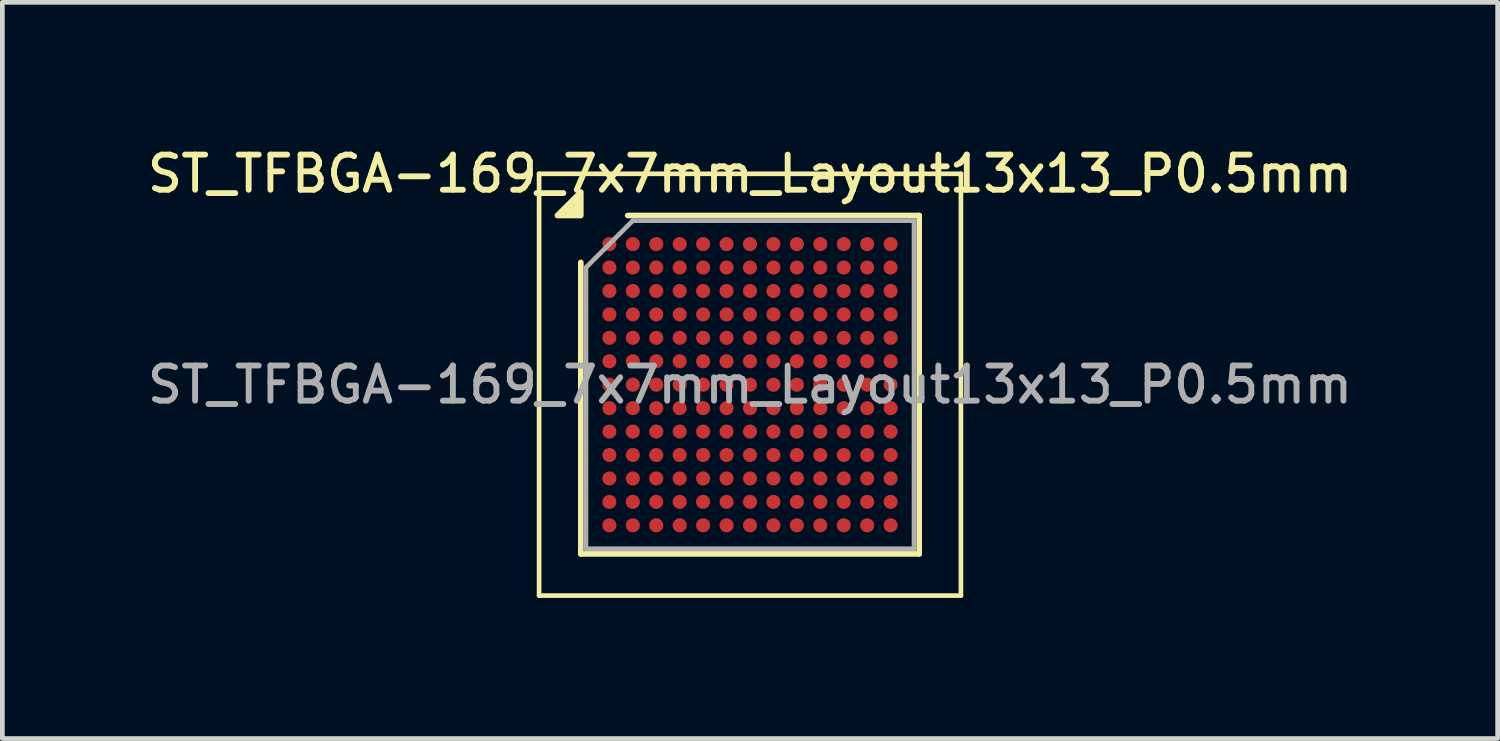
<source format=kicad_pcb>
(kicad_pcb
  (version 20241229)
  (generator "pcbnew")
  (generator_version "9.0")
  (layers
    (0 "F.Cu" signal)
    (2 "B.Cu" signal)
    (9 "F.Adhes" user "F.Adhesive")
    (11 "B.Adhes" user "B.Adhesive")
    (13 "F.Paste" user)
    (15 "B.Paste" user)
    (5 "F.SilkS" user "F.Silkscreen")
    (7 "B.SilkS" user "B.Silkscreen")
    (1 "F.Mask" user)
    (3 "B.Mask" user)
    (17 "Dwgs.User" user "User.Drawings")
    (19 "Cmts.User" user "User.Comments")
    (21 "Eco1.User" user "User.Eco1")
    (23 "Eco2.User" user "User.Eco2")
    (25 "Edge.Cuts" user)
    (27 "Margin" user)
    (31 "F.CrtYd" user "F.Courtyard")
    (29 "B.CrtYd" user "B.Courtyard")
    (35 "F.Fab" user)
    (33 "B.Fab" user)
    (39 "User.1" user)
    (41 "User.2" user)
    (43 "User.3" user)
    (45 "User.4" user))
  (footprint "ST_TFBGA-169_7x7mm_Layout13x13_P0.5mm"
    (layer "F.Cu")
    (at 12.952 5.158)
    (property "Reference" "ST_TFBGA-169_7x7mm_Layout13x13_P0.5mm" (at 0 -4.5 0) (layer "F.SilkS") (effects (font (size 0.75 0.75) (thickness 0.125))))
    (attr smd)
    (fp_line (start -4.5 -4.5) (end -4.5 4.5) (stroke (width 0.1) (type solid)) (layer "F.SilkS"))
    (fp_line (start -4.5 4.5) (end 4.5 4.5) (stroke (width 0.1) (type solid)) (layer "F.SilkS"))
    (fp_line (start -3.61 3.61) (end -3.61 -2.61) (stroke (width 0.12) (type solid)) (layer "F.SilkS"))
    (fp_line (start -2.61 -3.61) (end 3.61 -3.61) (stroke (width 0.12) (type solid)) (layer "F.SilkS"))
    (fp_line (start 3.61 -3.61) (end 3.61 3.61) (stroke (width 0.12) (type solid)) (layer "F.SilkS"))
    (fp_line (start 3.61 3.61) (end -3.61 3.61) (stroke (width 0.12) (type solid)) (layer "F.SilkS"))
    (fp_line (start 4.5 -4.5) (end -4.5 -4.5) (stroke (width 0.1) (type solid)) (layer "F.SilkS"))
    (fp_line (start 4.5 4.5) (end 4.5 -4.5) (stroke (width 0.1) (type solid)) (layer "F.SilkS"))
    (fp_poly (pts (xy -3.61 -3.61) (xy -4.11 -3.61) (xy -3.61 -4.11) (xy -3.61 -3.61)) (stroke (width 0.12) (type solid)) (fill yes) (layer "F.SilkS"))
    (fp_line (start -3.5 -2.5) (end -2.5 -3.5) (stroke (width 0.1) (type solid)) (layer "F.Fab"))
    (fp_line (start -3.5 3.5) (end -3.5 -2.5) (stroke (width 0.1) (type solid)) (layer "F.Fab"))
    (fp_line (start -2.5 -3.5) (end 3.5 -3.5) (stroke (width 0.1) (type solid)) (layer "F.Fab"))
    (fp_line (start 3.5 -3.5) (end 3.5 3.5) (stroke (width 0.1) (type solid)) (layer "F.Fab"))
    (fp_line (start 3.5 3.5) (end -3.5 3.5) (stroke (width 0.1) (type solid)) (layer "F.Fab"))
    (fp_text user "${REFERENCE}" (at 0 0 0) (layer "F.Fab") (effects (font (size 0.75 0.75) (thickness 0.125))))
    (pad "A1" smd circle (at -3 -3) (size 0.3 0.3) (property pad_prop_bga) (layers "F.Cu" "F.Mask" "F.Paste"))
    (pad "A2" smd circle (at -2.5 -3) (size 0.3 0.3) (property pad_prop_bga) (layers "F.Cu" "F.Mask" "F.Paste"))
    (pad "A3" smd circle (at -2 -3) (size 0.3 0.3) (property pad_prop_bga) (layers "F.Cu" "F.Mask" "F.Paste"))
    (pad "A4" smd circle (at -1.5 -3) (size 0.3 0.3) (property pad_prop_bga) (layers "F.Cu" "F.Mask" "F.Paste"))
    (pad "A5" smd circle (at -1 -3) (size 0.3 0.3) (property pad_prop_bga) (layers "F.Cu" "F.Mask" "F.Paste"))
    (pad "A6" smd circle (at -0.5 -3) (size 0.3 0.3) (property pad_prop_bga) (layers "F.Cu" "F.Mask" "F.Paste"))
    (pad "A7" smd circle (at 0 -3) (size 0.3 0.3) (property pad_prop_bga) (layers "F.Cu" "F.Mask" "F.Paste"))
    (pad "A8" smd circle (at 0.5 -3) (size 0.3 0.3) (property pad_prop_bga) (layers "F.Cu" "F.Mask" "F.Paste"))
    (pad "A9" smd circle (at 1 -3) (size 0.3 0.3) (property pad_prop_bga) (layers "F.Cu" "F.Mask" "F.Paste"))
    (pad "A10" smd circle (at 1.5 -3) (size 0.3 0.3) (property pad_prop_bga) (layers "F.Cu" "F.Mask" "F.Paste"))
    (pad "A11" smd circle (at 2 -3) (size 0.3 0.3) (property pad_prop_bga) (layers "F.Cu" "F.Mask" "F.Paste"))
    (pad "A12" smd circle (at 2.5 -3) (size 0.3 0.3) (property pad_prop_bga) (layers "F.Cu" "F.Mask" "F.Paste"))
    (pad "A13" smd circle (at 3 -3) (size 0.3 0.3) (property pad_prop_bga) (layers "F.Cu" "F.Mask" "F.Paste"))
    (pad "B1" smd circle (at -3 -2.5) (size 0.3 0.3) (property pad_prop_bga) (layers "F.Cu" "F.Mask" "F.Paste"))
    (pad "B2" smd circle (at -2.5 -2.5) (size 0.3 0.3) (property pad_prop_bga) (layers "F.Cu" "F.Mask" "F.Paste"))
    (pad "B3" smd circle (at -2 -2.5) (size 0.3 0.3) (property pad_prop_bga) (layers "F.Cu" "F.Mask" "F.Paste"))
    (pad "B4" smd circle (at -1.5 -2.5) (size 0.3 0.3) (property pad_prop_bga) (layers "F.Cu" "F.Mask" "F.Paste"))
    (pad "B5" smd circle (at -1 -2.5) (size 0.3 0.3) (property pad_prop_bga) (layers "F.Cu" "F.Mask" "F.Paste"))
    (pad "B6" smd circle (at -0.5 -2.5) (size 0.3 0.3) (property pad_prop_bga) (layers "F.Cu" "F.Mask" "F.Paste"))
    (pad "B7" smd circle (at 0 -2.5) (size 0.3 0.3) (property pad_prop_bga) (layers "F.Cu" "F.Mask" "F.Paste"))
    (pad "B8" smd circle (at 0.5 -2.5) (size 0.3 0.3) (property pad_prop_bga) (layers "F.Cu" "F.Mask" "F.Paste"))
    (pad "B9" smd circle (at 1 -2.5) (size 0.3 0.3) (property pad_prop_bga) (layers "F.Cu" "F.Mask" "F.Paste"))
    (pad "B10" smd circle (at 1.5 -2.5) (size 0.3 0.3) (property pad_prop_bga) (layers "F.Cu" "F.Mask" "F.Paste"))
    (pad "B11" smd circle (at 2 -2.5) (size 0.3 0.3) (property pad_prop_bga) (layers "F.Cu" "F.Mask" "F.Paste"))
    (pad "B12" smd circle (at 2.5 -2.5) (size 0.3 0.3) (property pad_prop_bga) (layers "F.Cu" "F.Mask" "F.Paste"))
    (pad "B13" smd circle (at 3 -2.5) (size 0.3 0.3) (property pad_prop_bga) (layers "F.Cu" "F.Mask" "F.Paste"))
    (pad "C1" smd circle (at -3 -2) (size 0.3 0.3) (property pad_prop_bga) (layers "F.Cu" "F.Mask" "F.Paste"))
    (pad "C2" smd circle (at -2.5 -2) (size 0.3 0.3) (property pad_prop_bga) (layers "F.Cu" "F.Mask" "F.Paste"))
    (pad "C3" smd circle (at -2 -2) (size 0.3 0.3) (property pad_prop_bga) (layers "F.Cu" "F.Mask" "F.Paste"))
    (pad "C4" smd circle (at -1.5 -2) (size 0.3 0.3) (property pad_prop_bga) (layers "F.Cu" "F.Mask" "F.Paste"))
    (pad "C5" smd circle (at -1 -2) (size 0.3 0.3) (property pad_prop_bga) (layers "F.Cu" "F.Mask" "F.Paste"))
    (pad "C6" smd circle (at -0.5 -2) (size 0.3 0.3) (property pad_prop_bga) (layers "F.Cu" "F.Mask" "F.Paste"))
    (pad "C7" smd circle (at 0 -2) (size 0.3 0.3) (property pad_prop_bga) (layers "F.Cu" "F.Mask" "F.Paste"))
    (pad "C8" smd circle (at 0.5 -2) (size 0.3 0.3) (property pad_prop_bga) (layers "F.Cu" "F.Mask" "F.Paste"))
    (pad "C9" smd circle (at 1 -2) (size 0.3 0.3) (property pad_prop_bga) (layers "F.Cu" "F.Mask" "F.Paste"))
    (pad "C10" smd circle (at 1.5 -2) (size 0.3 0.3) (property pad_prop_bga) (layers "F.Cu" "F.Mask" "F.Paste"))
    (pad "C11" smd circle (at 2 -2) (size 0.3 0.3) (property pad_prop_bga) (layers "F.Cu" "F.Mask" "F.Paste"))
    (pad "C12" smd circle (at 2.5 -2) (size 0.3 0.3) (property pad_prop_bga) (layers "F.Cu" "F.Mask" "F.Paste"))
    (pad "C13" smd circle (at 3 -2) (size 0.3 0.3) (property pad_prop_bga) (layers "F.Cu" "F.Mask" "F.Paste"))
    (pad "D1" smd circle (at -3 -1.5) (size 0.3 0.3) (property pad_prop_bga) (layers "F.Cu" "F.Mask" "F.Paste"))
    (pad "D2" smd circle (at -2.5 -1.5) (size 0.3 0.3) (property pad_prop_bga) (layers "F.Cu" "F.Mask" "F.Paste"))
    (pad "D3" smd circle (at -2 -1.5) (size 0.3 0.3) (property pad_prop_bga) (layers "F.Cu" "F.Mask" "F.Paste"))
    (pad "D4" smd circle (at -1.5 -1.5) (size 0.3 0.3) (property pad_prop_bga) (layers "F.Cu" "F.Mask" "F.Paste"))
    (pad "D5" smd circle (at -1 -1.5) (size 0.3 0.3) (property pad_prop_bga) (layers "F.Cu" "F.Mask" "F.Paste"))
    (pad "D6" smd circle (at -0.5 -1.5) (size 0.3 0.3) (property pad_prop_bga) (layers "F.Cu" "F.Mask" "F.Paste"))
    (pad "D7" smd circle (at 0 -1.5) (size 0.3 0.3) (property pad_prop_bga) (layers "F.Cu" "F.Mask" "F.Paste"))
    (pad "D8" smd circle (at 0.5 -1.5) (size 0.3 0.3) (property pad_prop_bga) (layers "F.Cu" "F.Mask" "F.Paste"))
    (pad "D9" smd circle (at 1 -1.5) (size 0.3 0.3) (property pad_prop_bga) (layers "F.Cu" "F.Mask" "F.Paste"))
    (pad "D10" smd circle (at 1.5 -1.5) (size 0.3 0.3) (property pad_prop_bga) (layers "F.Cu" "F.Mask" "F.Paste"))
    (pad "D11" smd circle (at 2 -1.5) (size 0.3 0.3) (property pad_prop_bga) (layers "F.Cu" "F.Mask" "F.Paste"))
    (pad "D12" smd circle (at 2.5 -1.5) (size 0.3 0.3) (property pad_prop_bga) (layers "F.Cu" "F.Mask" "F.Paste"))
    (pad "D13" smd circle (at 3 -1.5) (size 0.3 0.3) (property pad_prop_bga) (layers "F.Cu" "F.Mask" "F.Paste"))
    (pad "E1" smd circle (at -3 -1) (size 0.3 0.3) (property pad_prop_bga) (layers "F.Cu" "F.Mask" "F.Paste"))
    (pad "E2" smd circle (at -2.5 -1) (size 0.3 0.3) (property pad_prop_bga) (layers "F.Cu" "F.Mask" "F.Paste"))
    (pad "E3" smd circle (at -2 -1) (size 0.3 0.3) (property pad_prop_bga) (layers "F.Cu" "F.Mask" "F.Paste"))
    (pad "E4" smd circle (at -1.5 -1) (size 0.3 0.3) (property pad_prop_bga) (layers "F.Cu" "F.Mask" "F.Paste"))
    (pad "E5" smd circle (at -1 -1) (size 0.3 0.3) (property pad_prop_bga) (layers "F.Cu" "F.Mask" "F.Paste"))
    (pad "E6" smd circle (at -0.5 -1) (size 0.3 0.3) (property pad_prop_bga) (layers "F.Cu" "F.Mask" "F.Paste"))
    (pad "E7" smd circle (at 0 -1) (size 0.3 0.3) (property pad_prop_bga) (layers "F.Cu" "F.Mask" "F.Paste"))
    (pad "E8" smd circle (at 0.5 -1) (size 0.3 0.3) (property pad_prop_bga) (layers "F.Cu" "F.Mask" "F.Paste"))
    (pad "E9" smd circle (at 1 -1) (size 0.3 0.3) (property pad_prop_bga) (layers "F.Cu" "F.Mask" "F.Paste"))
    (pad "E10" smd circle (at 1.5 -1) (size 0.3 0.3) (property pad_prop_bga) (layers "F.Cu" "F.Mask" "F.Paste"))
    (pad "E11" smd circle (at 2 -1) (size 0.3 0.3) (property pad_prop_bga) (layers "F.Cu" "F.Mask" "F.Paste"))
    (pad "E12" smd circle (at 2.5 -1) (size 0.3 0.3) (property pad_prop_bga) (layers "F.Cu" "F.Mask" "F.Paste"))
    (pad "E13" smd circle (at 3 -1) (size 0.3 0.3) (property pad_prop_bga) (layers "F.Cu" "F.Mask" "F.Paste"))
    (pad "F1" smd circle (at -3 -0.5) (size 0.3 0.3) (property pad_prop_bga) (layers "F.Cu" "F.Mask" "F.Paste"))
    (pad "F2" smd circle (at -2.5 -0.5) (size 0.3 0.3) (property pad_prop_bga) (layers "F.Cu" "F.Mask" "F.Paste"))
    (pad "F3" smd circle (at -2 -0.5) (size 0.3 0.3) (property pad_prop_bga) (layers "F.Cu" "F.Mask" "F.Paste"))
    (pad "F4" smd circle (at -1.5 -0.5) (size 0.3 0.3) (property pad_prop_bga) (layers "F.Cu" "F.Mask" "F.Paste"))
    (pad "F5" smd circle (at -1 -0.5) (size 0.3 0.3) (property pad_prop_bga) (layers "F.Cu" "F.Mask" "F.Paste"))
    (pad "F6" smd circle (at -0.5 -0.5) (size 0.3 0.3) (property pad_prop_bga) (layers "F.Cu" "F.Mask" "F.Paste"))
    (pad "F7" smd circle (at 0 -0.5) (size 0.3 0.3) (property pad_prop_bga) (layers "F.Cu" "F.Mask" "F.Paste"))
    (pad "F8" smd circle (at 0.5 -0.5) (size 0.3 0.3) (property pad_prop_bga) (layers "F.Cu" "F.Mask" "F.Paste"))
    (pad "F9" smd circle (at 1 -0.5) (size 0.3 0.3) (property pad_prop_bga) (layers "F.Cu" "F.Mask" "F.Paste"))
    (pad "F10" smd circle (at 1.5 -0.5) (size 0.3 0.3) (property pad_prop_bga) (layers "F.Cu" "F.Mask" "F.Paste"))
    (pad "F11" smd circle (at 2 -0.5) (size 0.3 0.3) (property pad_prop_bga) (layers "F.Cu" "F.Mask" "F.Paste"))
    (pad "F12" smd circle (at 2.5 -0.5) (size 0.3 0.3) (property pad_prop_bga) (layers "F.Cu" "F.Mask" "F.Paste"))
    (pad "F13" smd circle (at 3 -0.5) (size 0.3 0.3) (property pad_prop_bga) (layers "F.Cu" "F.Mask" "F.Paste"))
    (pad "G1" smd circle (at -3 0) (size 0.3 0.3) (property pad_prop_bga) (layers "F.Cu" "F.Mask" "F.Paste"))
    (pad "G2" smd circle (at -2.5 0) (size 0.3 0.3) (property pad_prop_bga) (layers "F.Cu" "F.Mask" "F.Paste"))
    (pad "G3" smd circle (at -2 0) (size 0.3 0.3) (property pad_prop_bga) (layers "F.Cu" "F.Mask" "F.Paste"))
    (pad "G4" smd circle (at -1.5 0) (size 0.3 0.3) (property pad_prop_bga) (layers "F.Cu" "F.Mask" "F.Paste"))
    (pad "G5" smd circle (at -1 0) (size 0.3 0.3) (property pad_prop_bga) (layers "F.Cu" "F.Mask" "F.Paste"))
    (pad "G6" smd circle (at -0.5 0) (size 0.3 0.3) (property pad_prop_bga) (layers "F.Cu" "F.Mask" "F.Paste"))
    (pad "G7" smd circle (at 0 0) (size 0.3 0.3) (property pad_prop_bga) (layers "F.Cu" "F.Mask" "F.Paste"))
    (pad "G8" smd circle (at 0.5 0) (size 0.3 0.3) (property pad_prop_bga) (layers "F.Cu" "F.Mask" "F.Paste"))
    (pad "G9" smd circle (at 1 0) (size 0.3 0.3) (property pad_prop_bga) (layers "F.Cu" "F.Mask" "F.Paste"))
    (pad "G10" smd circle (at 1.5 0) (size 0.3 0.3) (property pad_prop_bga) (layers "F.Cu" "F.Mask" "F.Paste"))
    (pad "G11" smd circle (at 2 0) (size 0.3 0.3) (property pad_prop_bga) (layers "F.Cu" "F.Mask" "F.Paste"))
    (pad "G12" smd circle (at 2.5 0) (size 0.3 0.3) (property pad_prop_bga) (layers "F.Cu" "F.Mask" "F.Paste"))
    (pad "G13" smd circle (at 3 0) (size 0.3 0.3) (property pad_prop_bga) (layers "F.Cu" "F.Mask" "F.Paste"))
    (pad "H1" smd circle (at -3 0.5) (size 0.3 0.3) (property pad_prop_bga) (layers "F.Cu" "F.Mask" "F.Paste"))
    (pad "H2" smd circle (at -2.5 0.5) (size 0.3 0.3) (property pad_prop_bga) (layers "F.Cu" "F.Mask" "F.Paste"))
    (pad "H3" smd circle (at -2 0.5) (size 0.3 0.3) (property pad_prop_bga) (layers "F.Cu" "F.Mask" "F.Paste"))
    (pad "H4" smd circle (at -1.5 0.5) (size 0.3 0.3) (property pad_prop_bga) (layers "F.Cu" "F.Mask" "F.Paste"))
    (pad "H5" smd circle (at -1 0.5) (size 0.3 0.3) (property pad_prop_bga) (layers "F.Cu" "F.Mask" "F.Paste"))
    (pad "H6" smd circle (at -0.5 0.5) (size 0.3 0.3) (property pad_prop_bga) (layers "F.Cu" "F.Mask" "F.Paste"))
    (pad "H7" smd circle (at 0 0.5) (size 0.3 0.3) (property pad_prop_bga) (layers "F.Cu" "F.Mask" "F.Paste"))
    (pad "H8" smd circle (at 0.5 0.5) (size 0.3 0.3) (property pad_prop_bga) (layers "F.Cu" "F.Mask" "F.Paste"))
    (pad "H9" smd circle (at 1 0.5) (size 0.3 0.3) (property pad_prop_bga) (layers "F.Cu" "F.Mask" "F.Paste"))
    (pad "H10" smd circle (at 1.5 0.5) (size 0.3 0.3) (property pad_prop_bga) (layers "F.Cu" "F.Mask" "F.Paste"))
    (pad "H11" smd circle (at 2 0.5) (size 0.3 0.3) (property pad_prop_bga) (layers "F.Cu" "F.Mask" "F.Paste"))
    (pad "H12" smd circle (at 2.5 0.5) (size 0.3 0.3) (property pad_prop_bga) (layers "F.Cu" "F.Mask" "F.Paste"))
    (pad "H13" smd circle (at 3 0.5) (size 0.3 0.3) (property pad_prop_bga) (layers "F.Cu" "F.Mask" "F.Paste"))
    (pad "J1" smd circle (at -3 1) (size 0.3 0.3) (property pad_prop_bga) (layers "F.Cu" "F.Mask" "F.Paste"))
    (pad "J2" smd circle (at -2.5 1) (size 0.3 0.3) (property pad_prop_bga) (layers "F.Cu" "F.Mask" "F.Paste"))
    (pad "J3" smd circle (at -2 1) (size 0.3 0.3) (property pad_prop_bga) (layers "F.Cu" "F.Mask" "F.Paste"))
    (pad "J4" smd circle (at -1.5 1) (size 0.3 0.3) (property pad_prop_bga) (layers "F.Cu" "F.Mask" "F.Paste"))
    (pad "J5" smd circle (at -1 1) (size 0.3 0.3) (property pad_prop_bga) (layers "F.Cu" "F.Mask" "F.Paste"))
    (pad "J6" smd circle (at -0.5 1) (size 0.3 0.3) (property pad_prop_bga) (layers "F.Cu" "F.Mask" "F.Paste"))
    (pad "J7" smd circle (at 0 1) (size 0.3 0.3) (property pad_prop_bga) (layers "F.Cu" "F.Mask" "F.Paste"))
    (pad "J8" smd circle (at 0.5 1) (size 0.3 0.3) (property pad_prop_bga) (layers "F.Cu" "F.Mask" "F.Paste"))
    (pad "J9" smd circle (at 1 1) (size 0.3 0.3) (property pad_prop_bga) (layers "F.Cu" "F.Mask" "F.Paste"))
    (pad "J10" smd circle (at 1.5 1) (size 0.3 0.3) (property pad_prop_bga) (layers "F.Cu" "F.Mask" "F.Paste"))
    (pad "J11" smd circle (at 2 1) (size 0.3 0.3) (property pad_prop_bga) (layers "F.Cu" "F.Mask" "F.Paste"))
    (pad "J12" smd circle (at 2.5 1) (size 0.3 0.3) (property pad_prop_bga) (layers "F.Cu" "F.Mask" "F.Paste"))
    (pad "J13" smd circle (at 3 1) (size 0.3 0.3) (property pad_prop_bga) (layers "F.Cu" "F.Mask" "F.Paste"))
    (pad "K1" smd circle (at -3 1.5) (size 0.3 0.3) (property pad_prop_bga) (layers "F.Cu" "F.Mask" "F.Paste"))
    (pad "K2" smd circle (at -2.5 1.5) (size 0.3 0.3) (property pad_prop_bga) (layers "F.Cu" "F.Mask" "F.Paste"))
    (pad "K3" smd circle (at -2 1.5) (size 0.3 0.3) (property pad_prop_bga) (layers "F.Cu" "F.Mask" "F.Paste"))
    (pad "K4" smd circle (at -1.5 1.5) (size 0.3 0.3) (property pad_prop_bga) (layers "F.Cu" "F.Mask" "F.Paste"))
    (pad "K5" smd circle (at -1 1.5) (size 0.3 0.3) (property pad_prop_bga) (layers "F.Cu" "F.Mask" "F.Paste"))
    (pad "K6" smd circle (at -0.5 1.5) (size 0.3 0.3) (property pad_prop_bga) (layers "F.Cu" "F.Mask" "F.Paste"))
    (pad "K7" smd circle (at 0 1.5) (size 0.3 0.3) (property pad_prop_bga) (layers "F.Cu" "F.Mask" "F.Paste"))
    (pad "K8" smd circle (at 0.5 1.5) (size 0.3 0.3) (property pad_prop_bga) (layers "F.Cu" "F.Mask" "F.Paste"))
    (pad "K9" smd circle (at 1 1.5) (size 0.3 0.3) (property pad_prop_bga) (layers "F.Cu" "F.Mask" "F.Paste"))
    (pad "K10" smd circle (at 1.5 1.5) (size 0.3 0.3) (property pad_prop_bga) (layers "F.Cu" "F.Mask" "F.Paste"))
    (pad "K11" smd circle (at 2 1.5) (size 0.3 0.3) (property pad_prop_bga) (layers "F.Cu" "F.Mask" "F.Paste"))
    (pad "K12" smd circle (at 2.5 1.5) (size 0.3 0.3) (property pad_prop_bga) (layers "F.Cu" "F.Mask" "F.Paste"))
    (pad "K13" smd circle (at 3 1.5) (size 0.3 0.3) (property pad_prop_bga) (layers "F.Cu" "F.Mask" "F.Paste"))
    (pad "L1" smd circle (at -3 2) (size 0.3 0.3) (property pad_prop_bga) (layers "F.Cu" "F.Mask" "F.Paste"))
    (pad "L2" smd circle (at -2.5 2) (size 0.3 0.3) (property pad_prop_bga) (layers "F.Cu" "F.Mask" "F.Paste"))
    (pad "L3" smd circle (at -2 2) (size 0.3 0.3) (property pad_prop_bga) (layers "F.Cu" "F.Mask" "F.Paste"))
    (pad "L4" smd circle (at -1.5 2) (size 0.3 0.3) (property pad_prop_bga) (layers "F.Cu" "F.Mask" "F.Paste"))
    (pad "L5" smd circle (at -1 2) (size 0.3 0.3) (property pad_prop_bga) (layers "F.Cu" "F.Mask" "F.Paste"))
    (pad "L6" smd circle (at -0.5 2) (size 0.3 0.3) (property pad_prop_bga) (layers "F.Cu" "F.Mask" "F.Paste"))
    (pad "L7" smd circle (at 0 2) (size 0.3 0.3) (property pad_prop_bga) (layers "F.Cu" "F.Mask" "F.Paste"))
    (pad "L8" smd circle (at 0.5 2) (size 0.3 0.3) (property pad_prop_bga) (layers "F.Cu" "F.Mask" "F.Paste"))
    (pad "L9" smd circle (at 1 2) (size 0.3 0.3) (property pad_prop_bga) (layers "F.Cu" "F.Mask" "F.Paste"))
    (pad "L10" smd circle (at 1.5 2) (size 0.3 0.3) (property pad_prop_bga) (layers "F.Cu" "F.Mask" "F.Paste"))
    (pad "L11" smd circle (at 2 2) (size 0.3 0.3) (property pad_prop_bga) (layers "F.Cu" "F.Mask" "F.Paste"))
    (pad "L12" smd circle (at 2.5 2) (size 0.3 0.3) (property pad_prop_bga) (layers "F.Cu" "F.Mask" "F.Paste"))
    (pad "L13" smd circle (at 3 2) (size 0.3 0.3) (property pad_prop_bga) (layers "F.Cu" "F.Mask" "F.Paste"))
    (pad "M1" smd circle (at -3 2.5) (size 0.3 0.3) (property pad_prop_bga) (layers "F.Cu" "F.Mask" "F.Paste"))
    (pad "M2" smd circle (at -2.5 2.5) (size 0.3 0.3) (property pad_prop_bga) (layers "F.Cu" "F.Mask" "F.Paste"))
    (pad "M3" smd circle (at -2 2.5) (size 0.3 0.3) (property pad_prop_bga) (layers "F.Cu" "F.Mask" "F.Paste"))
    (pad "M4" smd circle (at -1.5 2.5) (size 0.3 0.3) (property pad_prop_bga) (layers "F.Cu" "F.Mask" "F.Paste"))
    (pad "M5" smd circle (at -1 2.5) (size 0.3 0.3) (property pad_prop_bga) (layers "F.Cu" "F.Mask" "F.Paste"))
    (pad "M6" smd circle (at -0.5 2.5) (size 0.3 0.3) (property pad_prop_bga) (layers "F.Cu" "F.Mask" "F.Paste"))
    (pad "M7" smd circle (at 0 2.5) (size 0.3 0.3) (property pad_prop_bga) (layers "F.Cu" "F.Mask" "F.Paste"))
    (pad "M8" smd circle (at 0.5 2.5) (size 0.3 0.3) (property pad_prop_bga) (layers "F.Cu" "F.Mask" "F.Paste"))
    (pad "M9" smd circle (at 1 2.5) (size 0.3 0.3) (property pad_prop_bga) (layers "F.Cu" "F.Mask" "F.Paste"))
    (pad "M10" smd circle (at 1.5 2.5) (size 0.3 0.3) (property pad_prop_bga) (layers "F.Cu" "F.Mask" "F.Paste"))
    (pad "M11" smd circle (at 2 2.5) (size 0.3 0.3) (property pad_prop_bga) (layers "F.Cu" "F.Mask" "F.Paste"))
    (pad "M12" smd circle (at 2.5 2.5) (size 0.3 0.3) (property pad_prop_bga) (layers "F.Cu" "F.Mask" "F.Paste"))
    (pad "M13" smd circle (at 3 2.5) (size 0.3 0.3) (property pad_prop_bga) (layers "F.Cu" "F.Mask" "F.Paste"))
    (pad "N1" smd circle (at -3 3) (size 0.3 0.3) (property pad_prop_bga) (layers "F.Cu" "F.Mask" "F.Paste"))
    (pad "N2" smd circle (at -2.5 3) (size 0.3 0.3) (property pad_prop_bga) (layers "F.Cu" "F.Mask" "F.Paste"))
    (pad "N3" smd circle (at -2 3) (size 0.3 0.3) (property pad_prop_bga) (layers "F.Cu" "F.Mask" "F.Paste"))
    (pad "N4" smd circle (at -1.5 3) (size 0.3 0.3) (property pad_prop_bga) (layers "F.Cu" "F.Mask" "F.Paste"))
    (pad "N5" smd circle (at -1 3) (size 0.3 0.3) (property pad_prop_bga) (layers "F.Cu" "F.Mask" "F.Paste"))
    (pad "N6" smd circle (at -0.5 3) (size 0.3 0.3) (property pad_prop_bga) (layers "F.Cu" "F.Mask" "F.Paste"))
    (pad "N7" smd circle (at 0 3) (size 0.3 0.3) (property pad_prop_bga) (layers "F.Cu" "F.Mask" "F.Paste"))
    (pad "N8" smd circle (at 0.5 3) (size 0.3 0.3) (property pad_prop_bga) (layers "F.Cu" "F.Mask" "F.Paste"))
    (pad "N9" smd circle (at 1 3) (size 0.3 0.3) (property pad_prop_bga) (layers "F.Cu" "F.Mask" "F.Paste"))
    (pad "N10" smd circle (at 1.5 3) (size 0.3 0.3) (property pad_prop_bga) (layers "F.Cu" "F.Mask" "F.Paste"))
    (pad "N11" smd circle (at 2 3) (size 0.3 0.3) (property pad_prop_bga) (layers "F.Cu" "F.Mask" "F.Paste"))
    (pad "N12" smd circle (at 2.5 3) (size 0.3 0.3) (property pad_prop_bga) (layers "F.Cu" "F.Mask" "F.Paste"))
    (pad "N13" smd circle (at 3 3) (size 0.3 0.3) (property pad_prop_bga) (layers "F.Cu" "F.Mask" "F.Paste")))
  (gr_rect
    (start -3 -3)
    (end 28.904 12.708)
    (stroke (width 0.1) (type default))
    (fill no)
    (layer "Edge.Cuts")))
</source>
